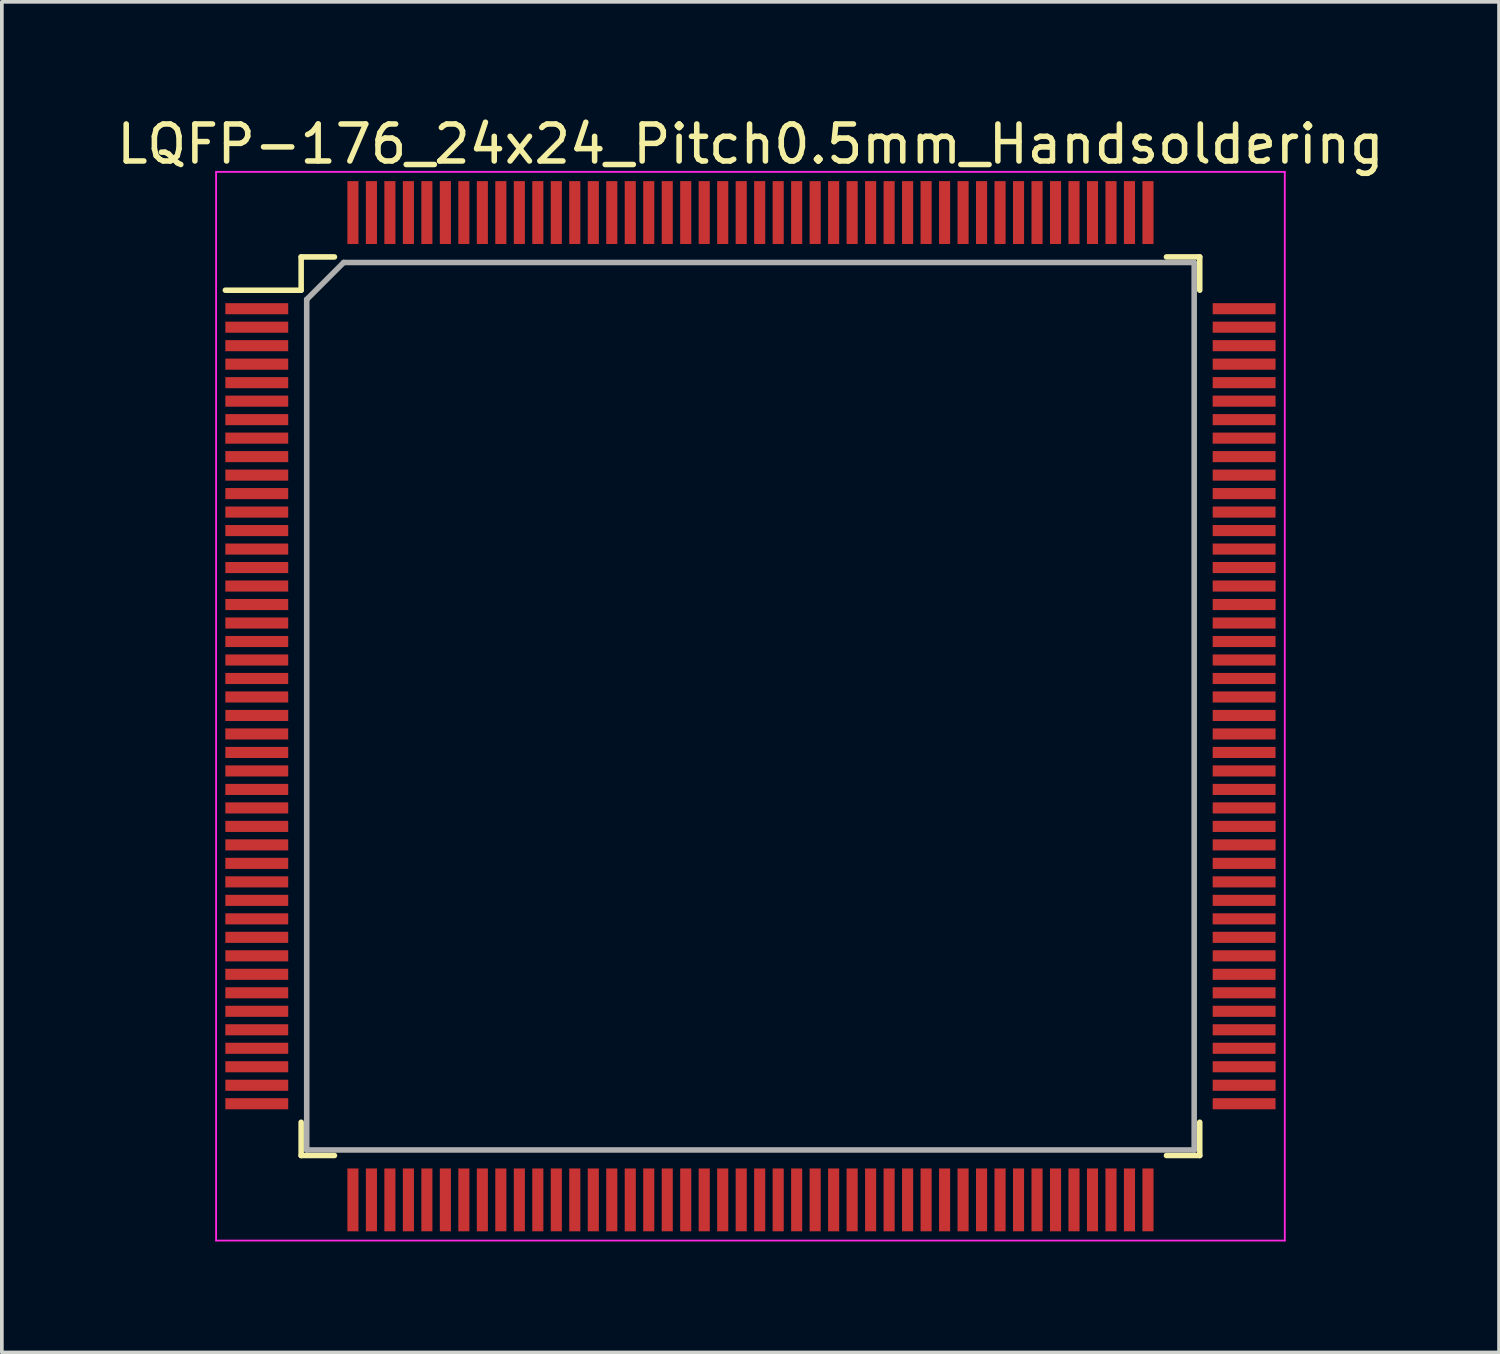
<source format=kicad_pcb>
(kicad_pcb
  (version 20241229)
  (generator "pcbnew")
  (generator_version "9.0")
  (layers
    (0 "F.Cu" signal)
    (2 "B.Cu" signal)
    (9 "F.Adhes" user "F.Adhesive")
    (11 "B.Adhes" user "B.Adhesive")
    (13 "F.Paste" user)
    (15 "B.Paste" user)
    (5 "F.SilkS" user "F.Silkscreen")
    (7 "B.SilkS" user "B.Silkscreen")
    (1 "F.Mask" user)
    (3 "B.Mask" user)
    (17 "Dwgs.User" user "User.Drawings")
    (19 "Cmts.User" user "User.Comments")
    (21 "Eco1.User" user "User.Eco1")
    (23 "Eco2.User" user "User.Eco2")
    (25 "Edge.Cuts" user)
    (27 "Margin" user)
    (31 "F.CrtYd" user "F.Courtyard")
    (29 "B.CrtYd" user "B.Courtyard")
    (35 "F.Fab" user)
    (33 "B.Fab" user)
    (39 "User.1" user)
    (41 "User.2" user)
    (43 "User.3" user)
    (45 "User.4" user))
  (footprint "LQFP-176_24x24_Pitch0.5mm_Handsoldering"
    (layer "F.Cu")
    (at 17.244 16.048)
    (property "Reference" "LQFP-176_24x24_Pitch0.5mm_Handsoldering" (at 0 -15.2 0) (layer "F.SilkS") (effects (font (size 1 1) (thickness 0.15))))
    (attr smd)
    (fp_line (start -12.15 -12.15) (end -12.15 -11.25) (stroke (width 0.15) (type solid)) (layer "F.SilkS"))
    (fp_line (start -12.15 -11.25) (end -14.2 -11.25) (stroke (width 0.15) (type solid)) (layer "F.SilkS"))
    (fp_line (start -12.15 12.15) (end -12.15 11.25) (stroke (width 0.15) (type solid)) (layer "F.SilkS"))
    (fp_line (start -11.25 -12.15) (end -12.15 -12.15) (stroke (width 0.15) (type solid)) (layer "F.SilkS"))
    (fp_line (start -11.25 12.15) (end -12.15 12.15) (stroke (width 0.15) (type solid)) (layer "F.SilkS"))
    (fp_line (start 11.25 -12.15) (end 12.15 -12.15) (stroke (width 0.15) (type solid)) (layer "F.SilkS"))
    (fp_line (start 11.25 12.15) (end 12.15 12.15) (stroke (width 0.15) (type solid)) (layer "F.SilkS"))
    (fp_line (start 12.15 -12.15) (end 12.15 -11.25) (stroke (width 0.15) (type solid)) (layer "F.SilkS"))
    (fp_line (start 12.15 12.15) (end 12.15 11.25) (stroke (width 0.15) (type solid)) (layer "F.SilkS"))
    (fp_line (start -14.45 -14.45) (end 14.45 -14.45) (stroke (width 0.05) (type solid)) (layer "F.CrtYd"))
    (fp_line (start -14.45 14.45) (end -14.45 -14.45) (stroke (width 0.05) (type solid)) (layer "F.CrtYd"))
    (fp_line (start 14.45 -14.45) (end 14.45 14.45) (stroke (width 0.05) (type solid)) (layer "F.CrtYd"))
    (fp_line (start 14.45 14.45) (end -14.45 14.45) (stroke (width 0.05) (type solid)) (layer "F.CrtYd"))
    (fp_line (start -12 -11) (end -12 12) (stroke (width 0.15) (type solid)) (layer "F.Fab"))
    (fp_line (start -12 12) (end 12 12) (stroke (width 0.15) (type solid)) (layer "F.Fab"))
    (fp_line (start -11 -12) (end -12 -11) (stroke (width 0.15) (type solid)) (layer "F.Fab"))
    (fp_line (start 12 -12) (end -11 -12) (stroke (width 0.15) (type solid)) (layer "F.Fab"))
    (fp_line (start 12 12) (end 12 -12) (stroke (width 0.15) (type solid)) (layer "F.Fab"))
    (pad "1" smd rect (at -13.35 -10.75 90) (size 0.3 1.7) (layers "F.Cu" "F.Mask" "F.Paste"))
    (pad "2" smd rect (at -13.35 -10.25 90) (size 0.3 1.7) (layers "F.Cu" "F.Mask" "F.Paste"))
    (pad "3" smd rect (at -13.35 -9.75 90) (size 0.3 1.7) (layers "F.Cu" "F.Mask" "F.Paste"))
    (pad "4" smd rect (at -13.35 -9.25 90) (size 0.3 1.7) (layers "F.Cu" "F.Mask" "F.Paste"))
    (pad "5" smd rect (at -13.35 -8.75 90) (size 0.3 1.7) (layers "F.Cu" "F.Mask" "F.Paste"))
    (pad "6" smd rect (at -13.35 -8.25 90) (size 0.3 1.7) (layers "F.Cu" "F.Mask" "F.Paste"))
    (pad "7" smd rect (at -13.35 -7.75 90) (size 0.3 1.7) (layers "F.Cu" "F.Mask" "F.Paste"))
    (pad "8" smd rect (at -13.35 -7.25 90) (size 0.3 1.7) (layers "F.Cu" "F.Mask" "F.Paste"))
    (pad "9" smd rect (at -13.35 -6.75 90) (size 0.3 1.7) (layers "F.Cu" "F.Mask" "F.Paste"))
    (pad "10" smd rect (at -13.35 -6.25 90) (size 0.3 1.7) (layers "F.Cu" "F.Mask" "F.Paste"))
    (pad "11" smd rect (at -13.35 -5.75 90) (size 0.3 1.7) (layers "F.Cu" "F.Mask" "F.Paste"))
    (pad "12" smd rect (at -13.35 -5.25 90) (size 0.3 1.7) (layers "F.Cu" "F.Mask" "F.Paste"))
    (pad "13" smd rect (at -13.35 -4.75 90) (size 0.3 1.7) (layers "F.Cu" "F.Mask" "F.Paste"))
    (pad "14" smd rect (at -13.35 -4.25 90) (size 0.3 1.7) (layers "F.Cu" "F.Mask" "F.Paste"))
    (pad "15" smd rect (at -13.35 -3.75 90) (size 0.3 1.7) (layers "F.Cu" "F.Mask" "F.Paste"))
    (pad "16" smd rect (at -13.35 -3.25 90) (size 0.3 1.7) (layers "F.Cu" "F.Mask" "F.Paste"))
    (pad "17" smd rect (at -13.35 -2.75 90) (size 0.3 1.7) (layers "F.Cu" "F.Mask" "F.Paste"))
    (pad "18" smd rect (at -13.35 -2.25 90) (size 0.3 1.7) (layers "F.Cu" "F.Mask" "F.Paste"))
    (pad "19" smd rect (at -13.35 -1.75 90) (size 0.3 1.7) (layers "F.Cu" "F.Mask" "F.Paste"))
    (pad "20" smd rect (at -13.35 -1.25 90) (size 0.3 1.7) (layers "F.Cu" "F.Mask" "F.Paste"))
    (pad "21" smd rect (at -13.35 -0.75 90) (size 0.3 1.7) (layers "F.Cu" "F.Mask" "F.Paste"))
    (pad "22" smd rect (at -13.35 -0.25 90) (size 0.3 1.7) (layers "F.Cu" "F.Mask" "F.Paste"))
    (pad "23" smd rect (at -13.35 0.25 90) (size 0.3 1.7) (layers "F.Cu" "F.Mask" "F.Paste"))
    (pad "24" smd rect (at -13.35 0.75 90) (size 0.3 1.7) (layers "F.Cu" "F.Mask" "F.Paste"))
    (pad "25" smd rect (at -13.35 1.25 90) (size 0.3 1.7) (layers "F.Cu" "F.Mask" "F.Paste"))
    (pad "26" smd rect (at -13.35 1.75 90) (size 0.3 1.7) (layers "F.Cu" "F.Mask" "F.Paste"))
    (pad "27" smd rect (at -13.35 2.25 90) (size 0.3 1.7) (layers "F.Cu" "F.Mask" "F.Paste"))
    (pad "28" smd rect (at -13.35 2.75 90) (size 0.3 1.7) (layers "F.Cu" "F.Mask" "F.Paste"))
    (pad "29" smd rect (at -13.35 3.25 90) (size 0.3 1.7) (layers "F.Cu" "F.Mask" "F.Paste"))
    (pad "30" smd rect (at -13.35 3.75 90) (size 0.3 1.7) (layers "F.Cu" "F.Mask" "F.Paste"))
    (pad "31" smd rect (at -13.35 4.25 90) (size 0.3 1.7) (layers "F.Cu" "F.Mask" "F.Paste"))
    (pad "32" smd rect (at -13.35 4.75 90) (size 0.3 1.7) (layers "F.Cu" "F.Mask" "F.Paste"))
    (pad "33" smd rect (at -13.35 5.25 90) (size 0.3 1.7) (layers "F.Cu" "F.Mask" "F.Paste"))
    (pad "34" smd rect (at -13.35 5.75 90) (size 0.3 1.7) (layers "F.Cu" "F.Mask" "F.Paste"))
    (pad "35" smd rect (at -13.35 6.25 90) (size 0.3 1.7) (layers "F.Cu" "F.Mask" "F.Paste"))
    (pad "36" smd rect (at -13.35 6.75 90) (size 0.3 1.7) (layers "F.Cu" "F.Mask" "F.Paste"))
    (pad "37" smd rect (at -13.35 7.25 90) (size 0.3 1.7) (layers "F.Cu" "F.Mask" "F.Paste"))
    (pad "38" smd rect (at -13.35 7.75 90) (size 0.3 1.7) (layers "F.Cu" "F.Mask" "F.Paste"))
    (pad "39" smd rect (at -13.35 8.25 90) (size 0.3 1.7) (layers "F.Cu" "F.Mask" "F.Paste"))
    (pad "40" smd rect (at -13.35 8.75 90) (size 0.3 1.7) (layers "F.Cu" "F.Mask" "F.Paste"))
    (pad "41" smd rect (at -13.35 9.25 90) (size 0.3 1.7) (layers "F.Cu" "F.Mask" "F.Paste"))
    (pad "42" smd rect (at -13.35 9.75 90) (size 0.3 1.7) (layers "F.Cu" "F.Mask" "F.Paste"))
    (pad "43" smd rect (at -13.35 10.25 90) (size 0.3 1.7) (layers "F.Cu" "F.Mask" "F.Paste"))
    (pad "44" smd rect (at -13.35 10.75 90) (size 0.3 1.7) (layers "F.Cu" "F.Mask" "F.Paste"))
    (pad "45" smd rect (at -10.75 13.35) (size 0.3 1.7) (layers "F.Cu" "F.Mask" "F.Paste"))
    (pad "46" smd rect (at -10.25 13.35) (size 0.3 1.7) (layers "F.Cu" "F.Mask" "F.Paste"))
    (pad "47" smd rect (at -9.75 13.35) (size 0.3 1.7) (layers "F.Cu" "F.Mask" "F.Paste"))
    (pad "48" smd rect (at -9.25 13.35) (size 0.3 1.7) (layers "F.Cu" "F.Mask" "F.Paste"))
    (pad "49" smd rect (at -8.75 13.35) (size 0.3 1.7) (layers "F.Cu" "F.Mask" "F.Paste"))
    (pad "50" smd rect (at -8.25 13.35) (size 0.3 1.7) (layers "F.Cu" "F.Mask" "F.Paste"))
    (pad "51" smd rect (at -7.75 13.35) (size 0.3 1.7) (layers "F.Cu" "F.Mask" "F.Paste"))
    (pad "52" smd rect (at -7.25 13.35) (size 0.3 1.7) (layers "F.Cu" "F.Mask" "F.Paste"))
    (pad "53" smd rect (at -6.75 13.35) (size 0.3 1.7) (layers "F.Cu" "F.Mask" "F.Paste"))
    (pad "54" smd rect (at -6.25 13.35) (size 0.3 1.7) (layers "F.Cu" "F.Mask" "F.Paste"))
    (pad "55" smd rect (at -5.75 13.35) (size 0.3 1.7) (layers "F.Cu" "F.Mask" "F.Paste"))
    (pad "56" smd rect (at -5.25 13.35) (size 0.3 1.7) (layers "F.Cu" "F.Mask" "F.Paste"))
    (pad "57" smd rect (at -4.75 13.35) (size 0.3 1.7) (layers "F.Cu" "F.Mask" "F.Paste"))
    (pad "58" smd rect (at -4.25 13.35) (size 0.3 1.7) (layers "F.Cu" "F.Mask" "F.Paste"))
    (pad "59" smd rect (at -3.75 13.35) (size 0.3 1.7) (layers "F.Cu" "F.Mask" "F.Paste"))
    (pad "60" smd rect (at -3.25 13.35) (size 0.3 1.7) (layers "F.Cu" "F.Mask" "F.Paste"))
    (pad "61" smd rect (at -2.75 13.35) (size 0.3 1.7) (layers "F.Cu" "F.Mask" "F.Paste"))
    (pad "62" smd rect (at -2.25 13.35) (size 0.3 1.7) (layers "F.Cu" "F.Mask" "F.Paste"))
    (pad "63" smd rect (at -1.75 13.35) (size 0.3 1.7) (layers "F.Cu" "F.Mask" "F.Paste"))
    (pad "64" smd rect (at -1.25 13.35) (size 0.3 1.7) (layers "F.Cu" "F.Mask" "F.Paste"))
    (pad "65" smd rect (at -0.75 13.35) (size 0.3 1.7) (layers "F.Cu" "F.Mask" "F.Paste"))
    (pad "66" smd rect (at -0.25 13.35) (size 0.3 1.7) (layers "F.Cu" "F.Mask" "F.Paste"))
    (pad "67" smd rect (at 0.25 13.35) (size 0.3 1.7) (layers "F.Cu" "F.Mask" "F.Paste"))
    (pad "68" smd rect (at 0.75 13.35) (size 0.3 1.7) (layers "F.Cu" "F.Mask" "F.Paste"))
    (pad "69" smd rect (at 1.25 13.35) (size 0.3 1.7) (layers "F.Cu" "F.Mask" "F.Paste"))
    (pad "70" smd rect (at 1.75 13.35) (size 0.3 1.7) (layers "F.Cu" "F.Mask" "F.Paste"))
    (pad "71" smd rect (at 2.25 13.35) (size 0.3 1.7) (layers "F.Cu" "F.Mask" "F.Paste"))
    (pad "72" smd rect (at 2.75 13.35) (size 0.3 1.7) (layers "F.Cu" "F.Mask" "F.Paste"))
    (pad "73" smd rect (at 3.25 13.35) (size 0.3 1.7) (layers "F.Cu" "F.Mask" "F.Paste"))
    (pad "74" smd rect (at 3.75 13.35) (size 0.3 1.7) (layers "F.Cu" "F.Mask" "F.Paste"))
    (pad "75" smd rect (at 4.25 13.35) (size 0.3 1.7) (layers "F.Cu" "F.Mask" "F.Paste"))
    (pad "76" smd rect (at 4.75 13.35) (size 0.3 1.7) (layers "F.Cu" "F.Mask" "F.Paste"))
    (pad "77" smd rect (at 5.25 13.35) (size 0.3 1.7) (layers "F.Cu" "F.Mask" "F.Paste"))
    (pad "78" smd rect (at 5.75 13.35) (size 0.3 1.7) (layers "F.Cu" "F.Mask" "F.Paste"))
    (pad "79" smd rect (at 6.25 13.35) (size 0.3 1.7) (layers "F.Cu" "F.Mask" "F.Paste"))
    (pad "80" smd rect (at 6.75 13.35) (size 0.3 1.7) (layers "F.Cu" "F.Mask" "F.Paste"))
    (pad "81" smd rect (at 7.25 13.35) (size 0.3 1.7) (layers "F.Cu" "F.Mask" "F.Paste"))
    (pad "82" smd rect (at 7.75 13.35) (size 0.3 1.7) (layers "F.Cu" "F.Mask" "F.Paste"))
    (pad "83" smd rect (at 8.25 13.35) (size 0.3 1.7) (layers "F.Cu" "F.Mask" "F.Paste"))
    (pad "84" smd rect (at 8.75 13.35) (size 0.3 1.7) (layers "F.Cu" "F.Mask" "F.Paste"))
    (pad "85" smd rect (at 9.25 13.35) (size 0.3 1.7) (layers "F.Cu" "F.Mask" "F.Paste"))
    (pad "86" smd rect (at 9.75 13.35) (size 0.3 1.7) (layers "F.Cu" "F.Mask" "F.Paste"))
    (pad "87" smd rect (at 10.25 13.35) (size 0.3 1.7) (layers "F.Cu" "F.Mask" "F.Paste"))
    (pad "88" smd rect (at 10.75 13.35) (size 0.3 1.7) (layers "F.Cu" "F.Mask" "F.Paste"))
    (pad "89" smd rect (at 13.35 10.75 90) (size 0.3 1.7) (layers "F.Cu" "F.Mask" "F.Paste"))
    (pad "90" smd rect (at 13.35 10.25 90) (size 0.3 1.7) (layers "F.Cu" "F.Mask" "F.Paste"))
    (pad "91" smd rect (at 13.35 9.75 90) (size 0.3 1.7) (layers "F.Cu" "F.Mask" "F.Paste"))
    (pad "92" smd rect (at 13.35 9.25 90) (size 0.3 1.7) (layers "F.Cu" "F.Mask" "F.Paste"))
    (pad "93" smd rect (at 13.35 8.75 90) (size 0.3 1.7) (layers "F.Cu" "F.Mask" "F.Paste"))
    (pad "94" smd rect (at 13.35 8.25 90) (size 0.3 1.7) (layers "F.Cu" "F.Mask" "F.Paste"))
    (pad "95" smd rect (at 13.35 7.75 90) (size 0.3 1.7) (layers "F.Cu" "F.Mask" "F.Paste"))
    (pad "96" smd rect (at 13.35 7.25 90) (size 0.3 1.7) (layers "F.Cu" "F.Mask" "F.Paste"))
    (pad "97" smd rect (at 13.35 6.75 90) (size 0.3 1.7) (layers "F.Cu" "F.Mask" "F.Paste"))
    (pad "98" smd rect (at 13.35 6.25 90) (size 0.3 1.7) (layers "F.Cu" "F.Mask" "F.Paste"))
    (pad "99" smd rect (at 13.35 5.75 90) (size 0.3 1.7) (layers "F.Cu" "F.Mask" "F.Paste"))
    (pad "100" smd rect (at 13.35 5.25 90) (size 0.3 1.7) (layers "F.Cu" "F.Mask" "F.Paste"))
    (pad "101" smd rect (at 13.35 4.75 90) (size 0.3 1.7) (layers "F.Cu" "F.Mask" "F.Paste"))
    (pad "102" smd rect (at 13.35 4.25 90) (size 0.3 1.7) (layers "F.Cu" "F.Mask" "F.Paste"))
    (pad "103" smd rect (at 13.35 3.75 90) (size 0.3 1.7) (layers "F.Cu" "F.Mask" "F.Paste"))
    (pad "104" smd rect (at 13.35 3.25 90) (size 0.3 1.7) (layers "F.Cu" "F.Mask" "F.Paste"))
    (pad "105" smd rect (at 13.35 2.75 90) (size 0.3 1.7) (layers "F.Cu" "F.Mask" "F.Paste"))
    (pad "106" smd rect (at 13.35 2.25 90) (size 0.3 1.7) (layers "F.Cu" "F.Mask" "F.Paste"))
    (pad "107" smd rect (at 13.35 1.75 90) (size 0.3 1.7) (layers "F.Cu" "F.Mask" "F.Paste"))
    (pad "108" smd rect (at 13.35 1.25 90) (size 0.3 1.7) (layers "F.Cu" "F.Mask" "F.Paste"))
    (pad "109" smd rect (at 13.35 0.75 90) (size 0.3 1.7) (layers "F.Cu" "F.Mask" "F.Paste"))
    (pad "110" smd rect (at 13.35 0.25 90) (size 0.3 1.7) (layers "F.Cu" "F.Mask" "F.Paste"))
    (pad "111" smd rect (at 13.35 -0.25 90) (size 0.3 1.7) (layers "F.Cu" "F.Mask" "F.Paste"))
    (pad "112" smd rect (at 13.35 -0.75 90) (size 0.3 1.7) (layers "F.Cu" "F.Mask" "F.Paste"))
    (pad "113" smd rect (at 13.35 -1.25 90) (size 0.3 1.7) (layers "F.Cu" "F.Mask" "F.Paste"))
    (pad "114" smd rect (at 13.35 -1.75 90) (size 0.3 1.7) (layers "F.Cu" "F.Mask" "F.Paste"))
    (pad "115" smd rect (at 13.35 -2.25 90) (size 0.3 1.7) (layers "F.Cu" "F.Mask" "F.Paste"))
    (pad "116" smd rect (at 13.35 -2.75 90) (size 0.3 1.7) (layers "F.Cu" "F.Mask" "F.Paste"))
    (pad "117" smd rect (at 13.35 -3.25 90) (size 0.3 1.7) (layers "F.Cu" "F.Mask" "F.Paste"))
    (pad "118" smd rect (at 13.35 -3.75 90) (size 0.3 1.7) (layers "F.Cu" "F.Mask" "F.Paste"))
    (pad "119" smd rect (at 13.35 -4.25 90) (size 0.3 1.7) (layers "F.Cu" "F.Mask" "F.Paste"))
    (pad "120" smd rect (at 13.35 -4.75 90) (size 0.3 1.7) (layers "F.Cu" "F.Mask" "F.Paste"))
    (pad "121" smd rect (at 13.35 -5.25 90) (size 0.3 1.7) (layers "F.Cu" "F.Mask" "F.Paste"))
    (pad "122" smd rect (at 13.35 -5.75 90) (size 0.3 1.7) (layers "F.Cu" "F.Mask" "F.Paste"))
    (pad "123" smd rect (at 13.35 -6.25 90) (size 0.3 1.7) (layers "F.Cu" "F.Mask" "F.Paste"))
    (pad "124" smd rect (at 13.35 -6.75 90) (size 0.3 1.7) (layers "F.Cu" "F.Mask" "F.Paste"))
    (pad "125" smd rect (at 13.35 -7.25 90) (size 0.3 1.7) (layers "F.Cu" "F.Mask" "F.Paste"))
    (pad "126" smd rect (at 13.35 -7.75 90) (size 0.3 1.7) (layers "F.Cu" "F.Mask" "F.Paste"))
    (pad "127" smd rect (at 13.35 -8.25 90) (size 0.3 1.7) (layers "F.Cu" "F.Mask" "F.Paste"))
    (pad "128" smd rect (at 13.35 -8.75 90) (size 0.3 1.7) (layers "F.Cu" "F.Mask" "F.Paste"))
    (pad "129" smd rect (at 13.35 -9.25 90) (size 0.3 1.7) (layers "F.Cu" "F.Mask" "F.Paste"))
    (pad "130" smd rect (at 13.35 -9.75 90) (size 0.3 1.7) (layers "F.Cu" "F.Mask" "F.Paste"))
    (pad "131" smd rect (at 13.35 -10.25 90) (size 0.3 1.7) (layers "F.Cu" "F.Mask" "F.Paste"))
    (pad "132" smd rect (at 13.35 -10.75 90) (size 0.3 1.7) (layers "F.Cu" "F.Mask" "F.Paste"))
    (pad "133" smd rect (at 10.75 -13.35) (size 0.3 1.7) (layers "F.Cu" "F.Mask" "F.Paste"))
    (pad "134" smd rect (at 10.25 -13.35) (size 0.3 1.7) (layers "F.Cu" "F.Mask" "F.Paste"))
    (pad "135" smd rect (at 9.75 -13.35) (size 0.3 1.7) (layers "F.Cu" "F.Mask" "F.Paste"))
    (pad "136" smd rect (at 9.25 -13.35) (size 0.3 1.7) (layers "F.Cu" "F.Mask" "F.Paste"))
    (pad "137" smd rect (at 8.75 -13.35) (size 0.3 1.7) (layers "F.Cu" "F.Mask" "F.Paste"))
    (pad "138" smd rect (at 8.25 -13.35) (size 0.3 1.7) (layers "F.Cu" "F.Mask" "F.Paste"))
    (pad "139" smd rect (at 7.75 -13.35) (size 0.3 1.7) (layers "F.Cu" "F.Mask" "F.Paste"))
    (pad "140" smd rect (at 7.25 -13.35) (size 0.3 1.7) (layers "F.Cu" "F.Mask" "F.Paste"))
    (pad "141" smd rect (at 6.75 -13.35) (size 0.3 1.7) (layers "F.Cu" "F.Mask" "F.Paste"))
    (pad "142" smd rect (at 6.25 -13.35) (size 0.3 1.7) (layers "F.Cu" "F.Mask" "F.Paste"))
    (pad "143" smd rect (at 5.75 -13.35) (size 0.3 1.7) (layers "F.Cu" "F.Mask" "F.Paste"))
    (pad "144" smd rect (at 5.25 -13.35) (size 0.3 1.7) (layers "F.Cu" "F.Mask" "F.Paste"))
    (pad "145" smd rect (at 4.75 -13.35) (size 0.3 1.7) (layers "F.Cu" "F.Mask" "F.Paste"))
    (pad "146" smd rect (at 4.25 -13.35) (size 0.3 1.7) (layers "F.Cu" "F.Mask" "F.Paste"))
    (pad "147" smd rect (at 3.75 -13.35) (size 0.3 1.7) (layers "F.Cu" "F.Mask" "F.Paste"))
    (pad "148" smd rect (at 3.25 -13.35) (size 0.3 1.7) (layers "F.Cu" "F.Mask" "F.Paste"))
    (pad "149" smd rect (at 2.75 -13.35) (size 0.3 1.7) (layers "F.Cu" "F.Mask" "F.Paste"))
    (pad "150" smd rect (at 2.25 -13.35) (size 0.3 1.7) (layers "F.Cu" "F.Mask" "F.Paste"))
    (pad "151" smd rect (at 1.75 -13.35) (size 0.3 1.7) (layers "F.Cu" "F.Mask" "F.Paste"))
    (pad "152" smd rect (at 1.25 -13.35) (size 0.3 1.7) (layers "F.Cu" "F.Mask" "F.Paste"))
    (pad "153" smd rect (at 0.75 -13.35) (size 0.3 1.7) (layers "F.Cu" "F.Mask" "F.Paste"))
    (pad "154" smd rect (at 0.25 -13.35) (size 0.3 1.7) (layers "F.Cu" "F.Mask" "F.Paste"))
    (pad "155" smd rect (at -0.25 -13.35) (size 0.3 1.7) (layers "F.Cu" "F.Mask" "F.Paste"))
    (pad "156" smd rect (at -0.75 -13.35) (size 0.3 1.7) (layers "F.Cu" "F.Mask" "F.Paste"))
    (pad "157" smd rect (at -1.25 -13.35) (size 0.3 1.7) (layers "F.Cu" "F.Mask" "F.Paste"))
    (pad "158" smd rect (at -1.75 -13.35) (size 0.3 1.7) (layers "F.Cu" "F.Mask" "F.Paste"))
    (pad "159" smd rect (at -2.25 -13.35) (size 0.3 1.7) (layers "F.Cu" "F.Mask" "F.Paste"))
    (pad "160" smd rect (at -2.75 -13.35) (size 0.3 1.7) (layers "F.Cu" "F.Mask" "F.Paste"))
    (pad "161" smd rect (at -3.25 -13.35) (size 0.3 1.7) (layers "F.Cu" "F.Mask" "F.Paste"))
    (pad "162" smd rect (at -3.75 -13.35) (size 0.3 1.7) (layers "F.Cu" "F.Mask" "F.Paste"))
    (pad "163" smd rect (at -4.25 -13.35) (size 0.3 1.7) (layers "F.Cu" "F.Mask" "F.Paste"))
    (pad "164" smd rect (at -4.75 -13.35) (size 0.3 1.7) (layers "F.Cu" "F.Mask" "F.Paste"))
    (pad "165" smd rect (at -5.25 -13.35) (size 0.3 1.7) (layers "F.Cu" "F.Mask" "F.Paste"))
    (pad "166" smd rect (at -5.75 -13.35) (size 0.3 1.7) (layers "F.Cu" "F.Mask" "F.Paste"))
    (pad "167" smd rect (at -6.25 -13.35) (size 0.3 1.7) (layers "F.Cu" "F.Mask" "F.Paste"))
    (pad "168" smd rect (at -6.75 -13.35) (size 0.3 1.7) (layers "F.Cu" "F.Mask" "F.Paste"))
    (pad "169" smd rect (at -7.25 -13.35) (size 0.3 1.7) (layers "F.Cu" "F.Mask" "F.Paste"))
    (pad "170" smd rect (at -7.75 -13.35) (size 0.3 1.7) (layers "F.Cu" "F.Mask" "F.Paste"))
    (pad "171" smd rect (at -8.25 -13.35) (size 0.3 1.7) (layers "F.Cu" "F.Mask" "F.Paste"))
    (pad "172" smd rect (at -8.75 -13.35) (size 0.3 1.7) (layers "F.Cu" "F.Mask" "F.Paste"))
    (pad "173" smd rect (at -9.25 -13.35) (size 0.3 1.7) (layers "F.Cu" "F.Mask" "F.Paste"))
    (pad "174" smd rect (at -9.75 -13.35) (size 0.3 1.7) (layers "F.Cu" "F.Mask" "F.Paste"))
    (pad "175" smd rect (at -10.25 -13.35) (size 0.3 1.7) (layers "F.Cu" "F.Mask" "F.Paste"))
    (pad "176" smd rect (at -10.75 -13.35) (size 0.3 1.7) (layers "F.Cu" "F.Mask" "F.Paste")))
  (gr_rect
    (start -3 -3)
    (end 37.488 33.523)
    (stroke (width 0.1) (type default))
    (fill no)
    (layer "Edge.Cuts")))
</source>
